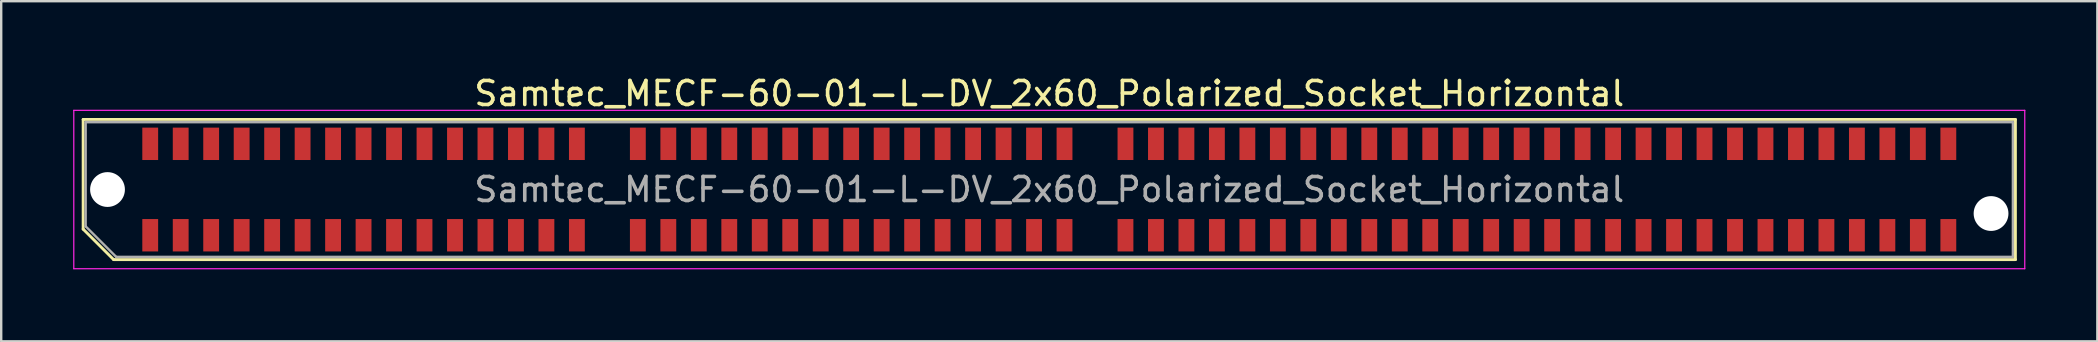
<source format=kicad_pcb>
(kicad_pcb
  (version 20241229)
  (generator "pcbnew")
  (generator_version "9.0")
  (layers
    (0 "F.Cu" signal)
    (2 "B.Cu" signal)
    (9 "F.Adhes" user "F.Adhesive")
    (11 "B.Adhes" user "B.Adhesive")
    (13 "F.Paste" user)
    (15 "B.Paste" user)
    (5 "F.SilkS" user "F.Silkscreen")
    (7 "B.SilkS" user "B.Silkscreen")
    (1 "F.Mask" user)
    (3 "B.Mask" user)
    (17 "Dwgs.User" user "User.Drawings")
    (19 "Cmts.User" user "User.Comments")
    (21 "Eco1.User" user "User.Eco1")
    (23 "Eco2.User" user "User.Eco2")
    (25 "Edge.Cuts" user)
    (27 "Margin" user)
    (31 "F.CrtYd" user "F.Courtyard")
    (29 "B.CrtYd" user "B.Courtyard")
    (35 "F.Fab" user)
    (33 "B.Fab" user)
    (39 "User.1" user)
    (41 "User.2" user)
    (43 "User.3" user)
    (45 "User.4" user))
  (footprint "Samtec_MECF-60-01-L-DV_2x60_Polarized_Socket_Horizontal"
    (layer "F.Cu")
    (at 40.675 4.848)
    (property "Reference" "Samtec_MECF-60-01-L-DV_2x60_Polarized_Socket_Horizontal" (at 0 -4 0) (layer "F.SilkS") (effects (font (size 1 1) (thickness 0.15))))
    (attr smd)
    (fp_line (start -40.26 -2.92) (end 40.26 -2.92) (stroke (width 0.12) (type solid)) (layer "F.SilkS"))
    (fp_line (start -40.26 1.65) (end -40.26 -2.92) (stroke (width 0.12) (type solid)) (layer "F.SilkS"))
    (fp_line (start -38.99 2.92) (end -40.26 1.65) (stroke (width 0.12) (type solid)) (layer "F.SilkS"))
    (fp_line (start -38.99 2.92) (end 40.26 2.92) (stroke (width 0.12) (type solid)) (layer "F.SilkS"))
    (fp_line (start 40.26 2.92) (end 40.26 -2.92) (stroke (width 0.12) (type solid)) (layer "F.SilkS"))
    (fp_line (start -40.65 -3.3) (end -40.65 3.3) (stroke (width 0.05) (type solid)) (layer "F.CrtYd"))
    (fp_line (start -40.65 3.3) (end 40.65 3.3) (stroke (width 0.05) (type solid)) (layer "F.CrtYd"))
    (fp_line (start 40.65 -3.3) (end -40.65 -3.3) (stroke (width 0.05) (type solid)) (layer "F.CrtYd"))
    (fp_line (start 40.65 3.3) (end 40.65 -3.3) (stroke (width 0.05) (type solid)) (layer "F.CrtYd"))
    (fp_line (start -40.155 -2.805) (end 40.155 -2.805) (stroke (width 0.1) (type solid)) (layer "F.Fab"))
    (fp_line (start -40.155 1.535) (end -40.155 -2.805) (stroke (width 0.1) (type solid)) (layer "F.Fab"))
    (fp_line (start -40.155 1.535) (end -38.885 2.805) (stroke (width 0.1) (type solid)) (layer "F.Fab"))
    (fp_line (start -38.885 2.805) (end 40.155 2.805) (stroke (width 0.1) (type solid)) (layer "F.Fab"))
    (fp_line (start 40.155 2.805) (end 40.155 -2.805) (stroke (width 0.1) (type solid)) (layer "F.Fab"))
    (fp_text user "${REFERENCE}" (at 0 0 0) (layer "F.Fab") (effects (font (size 1 1) (thickness 0.15))))
    (pad "" np_thru_hole circle (at -39.245 0) (size 1.45 1.45) (drill 1.45) (layers "*.Cu" "*.Mask"))
    (pad "" np_thru_hole circle (at 39.245 1) (size 1.45 1.45) (drill 1.45) (layers "*.Cu" "*.Mask"))
    (pad "1" smd rect (at -37.465 1.905) (size 0.66 1.35) (layers "F.Cu" "F.Mask" "F.Paste"))
    (pad "2" smd rect (at -37.465 -1.905) (size 0.66 1.35) (layers "F.Cu" "F.Mask" "F.Paste"))
    (pad "3" smd rect (at -36.195 1.905) (size 0.66 1.35) (layers "F.Cu" "F.Mask" "F.Paste"))
    (pad "4" smd rect (at -36.195 -1.905) (size 0.66 1.35) (layers "F.Cu" "F.Mask" "F.Paste"))
    (pad "5" smd rect (at -34.925 1.905) (size 0.66 1.35) (layers "F.Cu" "F.Mask" "F.Paste"))
    (pad "6" smd rect (at -34.925 -1.905) (size 0.66 1.35) (layers "F.Cu" "F.Mask" "F.Paste"))
    (pad "7" smd rect (at -33.655 1.905) (size 0.66 1.35) (layers "F.Cu" "F.Mask" "F.Paste"))
    (pad "8" smd rect (at -33.655 -1.905) (size 0.66 1.35) (layers "F.Cu" "F.Mask" "F.Paste"))
    (pad "9" smd rect (at -32.385 1.905) (size 0.66 1.35) (layers "F.Cu" "F.Mask" "F.Paste"))
    (pad "10" smd rect (at -32.385 -1.905) (size 0.66 1.35) (layers "F.Cu" "F.Mask" "F.Paste"))
    (pad "11" smd rect (at -31.115 1.905) (size 0.66 1.35) (layers "F.Cu" "F.Mask" "F.Paste"))
    (pad "12" smd rect (at -31.115 -1.905) (size 0.66 1.35) (layers "F.Cu" "F.Mask" "F.Paste"))
    (pad "13" smd rect (at -29.845 1.905) (size 0.66 1.35) (layers "F.Cu" "F.Mask" "F.Paste"))
    (pad "14" smd rect (at -29.845 -1.905) (size 0.66 1.35) (layers "F.Cu" "F.Mask" "F.Paste"))
    (pad "15" smd rect (at -28.575 1.905) (size 0.66 1.35) (layers "F.Cu" "F.Mask" "F.Paste"))
    (pad "16" smd rect (at -28.575 -1.905) (size 0.66 1.35) (layers "F.Cu" "F.Mask" "F.Paste"))
    (pad "17" smd rect (at -27.305 1.905) (size 0.66 1.35) (layers "F.Cu" "F.Mask" "F.Paste"))
    (pad "18" smd rect (at -27.305 -1.905) (size 0.66 1.35) (layers "F.Cu" "F.Mask" "F.Paste"))
    (pad "19" smd rect (at -26.035 1.905) (size 0.66 1.35) (layers "F.Cu" "F.Mask" "F.Paste"))
    (pad "20" smd rect (at -26.035 -1.905) (size 0.66 1.35) (layers "F.Cu" "F.Mask" "F.Paste"))
    (pad "21" smd rect (at -24.765 1.905) (size 0.66 1.35) (layers "F.Cu" "F.Mask" "F.Paste"))
    (pad "22" smd rect (at -24.765 -1.905) (size 0.66 1.35) (layers "F.Cu" "F.Mask" "F.Paste"))
    (pad "23" smd rect (at -23.495 1.905) (size 0.66 1.35) (layers "F.Cu" "F.Mask" "F.Paste"))
    (pad "24" smd rect (at -23.495 -1.905) (size 0.66 1.35) (layers "F.Cu" "F.Mask" "F.Paste"))
    (pad "25" smd rect (at -22.225 1.905) (size 0.66 1.35) (layers "F.Cu" "F.Mask" "F.Paste"))
    (pad "26" smd rect (at -22.225 -1.905) (size 0.66 1.35) (layers "F.Cu" "F.Mask" "F.Paste"))
    (pad "27" smd rect (at -20.955 1.905) (size 0.66 1.35) (layers "F.Cu" "F.Mask" "F.Paste"))
    (pad "28" smd rect (at -20.955 -1.905) (size 0.66 1.35) (layers "F.Cu" "F.Mask" "F.Paste"))
    (pad "29" smd rect (at -19.685 1.905) (size 0.66 1.35) (layers "F.Cu" "F.Mask" "F.Paste"))
    (pad "30" smd rect (at -19.685 -1.905) (size 0.66 1.35) (layers "F.Cu" "F.Mask" "F.Paste"))
    (pad "33" smd rect (at -17.145 1.905) (size 0.66 1.35) (layers "F.Cu" "F.Mask" "F.Paste"))
    (pad "34" smd rect (at -17.145 -1.905) (size 0.66 1.35) (layers "F.Cu" "F.Mask" "F.Paste"))
    (pad "35" smd rect (at -15.875 1.905) (size 0.66 1.35) (layers "F.Cu" "F.Mask" "F.Paste"))
    (pad "36" smd rect (at -15.875 -1.905) (size 0.66 1.35) (layers "F.Cu" "F.Mask" "F.Paste"))
    (pad "37" smd rect (at -14.605 1.905) (size 0.66 1.35) (layers "F.Cu" "F.Mask" "F.Paste"))
    (pad "38" smd rect (at -14.605 -1.905) (size 0.66 1.35) (layers "F.Cu" "F.Mask" "F.Paste"))
    (pad "39" smd rect (at -13.335 1.905) (size 0.66 1.35) (layers "F.Cu" "F.Mask" "F.Paste"))
    (pad "40" smd rect (at -13.335 -1.905) (size 0.66 1.35) (layers "F.Cu" "F.Mask" "F.Paste"))
    (pad "41" smd rect (at -12.065 1.905) (size 0.66 1.35) (layers "F.Cu" "F.Mask" "F.Paste"))
    (pad "42" smd rect (at -12.065 -1.905) (size 0.66 1.35) (layers "F.Cu" "F.Mask" "F.Paste"))
    (pad "43" smd rect (at -10.795 1.905) (size 0.66 1.35) (layers "F.Cu" "F.Mask" "F.Paste"))
    (pad "44" smd rect (at -10.795 -1.905) (size 0.66 1.35) (layers "F.Cu" "F.Mask" "F.Paste"))
    (pad "45" smd rect (at -9.525 1.905) (size 0.66 1.35) (layers "F.Cu" "F.Mask" "F.Paste"))
    (pad "46" smd rect (at -9.525 -1.905) (size 0.66 1.35) (layers "F.Cu" "F.Mask" "F.Paste"))
    (pad "47" smd rect (at -8.255 1.905) (size 0.66 1.35) (layers "F.Cu" "F.Mask" "F.Paste"))
    (pad "48" smd rect (at -8.255 -1.905) (size 0.66 1.35) (layers "F.Cu" "F.Mask" "F.Paste"))
    (pad "49" smd rect (at -6.985 1.905) (size 0.66 1.35) (layers "F.Cu" "F.Mask" "F.Paste"))
    (pad "50" smd rect (at -6.985 -1.905) (size 0.66 1.35) (layers "F.Cu" "F.Mask" "F.Paste"))
    (pad "51" smd rect (at -5.715 1.905) (size 0.66 1.35) (layers "F.Cu" "F.Mask" "F.Paste"))
    (pad "52" smd rect (at -5.715 -1.905) (size 0.66 1.35) (layers "F.Cu" "F.Mask" "F.Paste"))
    (pad "53" smd rect (at -4.445 1.905) (size 0.66 1.35) (layers "F.Cu" "F.Mask" "F.Paste"))
    (pad "54" smd rect (at -4.445 -1.905) (size 0.66 1.35) (layers "F.Cu" "F.Mask" "F.Paste"))
    (pad "55" smd rect (at -3.175 1.905) (size 0.66 1.35) (layers "F.Cu" "F.Mask" "F.Paste"))
    (pad "56" smd rect (at -3.175 -1.905) (size 0.66 1.35) (layers "F.Cu" "F.Mask" "F.Paste"))
    (pad "57" smd rect (at -1.905 1.905) (size 0.66 1.35) (layers "F.Cu" "F.Mask" "F.Paste"))
    (pad "58" smd rect (at -1.905 -1.905) (size 0.66 1.35) (layers "F.Cu" "F.Mask" "F.Paste"))
    (pad "59" smd rect (at -0.635 1.905) (size 0.66 1.35) (layers "F.Cu" "F.Mask" "F.Paste"))
    (pad "60" smd rect (at -0.635 -1.905) (size 0.66 1.35) (layers "F.Cu" "F.Mask" "F.Paste"))
    (pad "61" smd rect (at 0.635 1.905) (size 0.66 1.35) (layers "F.Cu" "F.Mask" "F.Paste"))
    (pad "62" smd rect (at 0.635 -1.905) (size 0.66 1.35) (layers "F.Cu" "F.Mask" "F.Paste"))
    (pad "65" smd rect (at 3.175 1.905) (size 0.66 1.35) (layers "F.Cu" "F.Mask" "F.Paste"))
    (pad "66" smd rect (at 3.175 -1.905) (size 0.66 1.35) (layers "F.Cu" "F.Mask" "F.Paste"))
    (pad "67" smd rect (at 4.445 1.905) (size 0.66 1.35) (layers "F.Cu" "F.Mask" "F.Paste"))
    (pad "68" smd rect (at 4.445 -1.905) (size 0.66 1.35) (layers "F.Cu" "F.Mask" "F.Paste"))
    (pad "69" smd rect (at 5.715 1.905) (size 0.66 1.35) (layers "F.Cu" "F.Mask" "F.Paste"))
    (pad "70" smd rect (at 5.715 -1.905) (size 0.66 1.35) (layers "F.Cu" "F.Mask" "F.Paste"))
    (pad "71" smd rect (at 6.985 1.905) (size 0.66 1.35) (layers "F.Cu" "F.Mask" "F.Paste"))
    (pad "72" smd rect (at 6.985 -1.905) (size 0.66 1.35) (layers "F.Cu" "F.Mask" "F.Paste"))
    (pad "73" smd rect (at 8.255 1.905) (size 0.66 1.35) (layers "F.Cu" "F.Mask" "F.Paste"))
    (pad "74" smd rect (at 8.255 -1.905) (size 0.66 1.35) (layers "F.Cu" "F.Mask" "F.Paste"))
    (pad "75" smd rect (at 9.525 1.905) (size 0.66 1.35) (layers "F.Cu" "F.Mask" "F.Paste"))
    (pad "76" smd rect (at 9.525 -1.905) (size 0.66 1.35) (layers "F.Cu" "F.Mask" "F.Paste"))
    (pad "77" smd rect (at 10.795 1.905) (size 0.66 1.35) (layers "F.Cu" "F.Mask" "F.Paste"))
    (pad "78" smd rect (at 10.795 -1.905) (size 0.66 1.35) (layers "F.Cu" "F.Mask" "F.Paste"))
    (pad "79" smd rect (at 12.065 1.905) (size 0.66 1.35) (layers "F.Cu" "F.Mask" "F.Paste"))
    (pad "80" smd rect (at 12.065 -1.905) (size 0.66 1.35) (layers "F.Cu" "F.Mask" "F.Paste"))
    (pad "81" smd rect (at 13.335 1.905) (size 0.66 1.35) (layers "F.Cu" "F.Mask" "F.Paste"))
    (pad "82" smd rect (at 13.335 -1.905) (size 0.66 1.35) (layers "F.Cu" "F.Mask" "F.Paste"))
    (pad "83" smd rect (at 14.605 1.905) (size 0.66 1.35) (layers "F.Cu" "F.Mask" "F.Paste"))
    (pad "84" smd rect (at 14.605 -1.905) (size 0.66 1.35) (layers "F.Cu" "F.Mask" "F.Paste"))
    (pad "85" smd rect (at 15.875 1.905) (size 0.66 1.35) (layers "F.Cu" "F.Mask" "F.Paste"))
    (pad "86" smd rect (at 15.875 -1.905) (size 0.66 1.35) (layers "F.Cu" "F.Mask" "F.Paste"))
    (pad "87" smd rect (at 17.145 1.905) (size 0.66 1.35) (layers "F.Cu" "F.Mask" "F.Paste"))
    (pad "88" smd rect (at 17.145 -1.905) (size 0.66 1.35) (layers "F.Cu" "F.Mask" "F.Paste"))
    (pad "89" smd rect (at 18.415 1.905) (size 0.66 1.35) (layers "F.Cu" "F.Mask" "F.Paste"))
    (pad "90" smd rect (at 18.415 -1.905) (size 0.66 1.35) (layers "F.Cu" "F.Mask" "F.Paste"))
    (pad "91" smd rect (at 19.685 1.905) (size 0.66 1.35) (layers "F.Cu" "F.Mask" "F.Paste"))
    (pad "92" smd rect (at 19.685 -1.905) (size 0.66 1.35) (layers "F.Cu" "F.Mask" "F.Paste"))
    (pad "93" smd rect (at 20.955 1.905) (size 0.66 1.35) (layers "F.Cu" "F.Mask" "F.Paste"))
    (pad "94" smd rect (at 20.955 -1.905) (size 0.66 1.35) (layers "F.Cu" "F.Mask" "F.Paste"))
    (pad "95" smd rect (at 22.225 1.905) (size 0.66 1.35) (layers "F.Cu" "F.Mask" "F.Paste"))
    (pad "96" smd rect (at 22.225 -1.905) (size 0.66 1.35) (layers "F.Cu" "F.Mask" "F.Paste"))
    (pad "97" smd rect (at 23.495 1.905) (size 0.66 1.35) (layers "F.Cu" "F.Mask" "F.Paste"))
    (pad "98" smd rect (at 23.495 -1.905) (size 0.66 1.35) (layers "F.Cu" "F.Mask" "F.Paste"))
    (pad "99" smd rect (at 24.765 1.905) (size 0.66 1.35) (layers "F.Cu" "F.Mask" "F.Paste"))
    (pad "100" smd rect (at 24.765 -1.905) (size 0.66 1.35) (layers "F.Cu" "F.Mask" "F.Paste"))
    (pad "101" smd rect (at 26.035 1.905) (size 0.66 1.35) (layers "F.Cu" "F.Mask" "F.Paste"))
    (pad "102" smd rect (at 26.035 -1.905) (size 0.66 1.35) (layers "F.Cu" "F.Mask" "F.Paste"))
    (pad "103" smd rect (at 27.305 1.905) (size 0.66 1.35) (layers "F.Cu" "F.Mask" "F.Paste"))
    (pad "104" smd rect (at 27.305 -1.905) (size 0.66 1.35) (layers "F.Cu" "F.Mask" "F.Paste"))
    (pad "105" smd rect (at 28.575 1.905) (size 0.66 1.35) (layers "F.Cu" "F.Mask" "F.Paste"))
    (pad "106" smd rect (at 28.575 -1.905) (size 0.66 1.35) (layers "F.Cu" "F.Mask" "F.Paste"))
    (pad "107" smd rect (at 29.845 1.905) (size 0.66 1.35) (layers "F.Cu" "F.Mask" "F.Paste"))
    (pad "108" smd rect (at 29.845 -1.905) (size 0.66 1.35) (layers "F.Cu" "F.Mask" "F.Paste"))
    (pad "109" smd rect (at 31.115 1.905) (size 0.66 1.35) (layers "F.Cu" "F.Mask" "F.Paste"))
    (pad "110" smd rect (at 31.115 -1.905) (size 0.66 1.35) (layers "F.Cu" "F.Mask" "F.Paste"))
    (pad "111" smd rect (at 32.385 1.905) (size 0.66 1.35) (layers "F.Cu" "F.Mask" "F.Paste"))
    (pad "112" smd rect (at 32.385 -1.905) (size 0.66 1.35) (layers "F.Cu" "F.Mask" "F.Paste"))
    (pad "113" smd rect (at 33.655 1.905) (size 0.66 1.35) (layers "F.Cu" "F.Mask" "F.Paste"))
    (pad "114" smd rect (at 33.655 -1.905) (size 0.66 1.35) (layers "F.Cu" "F.Mask" "F.Paste"))
    (pad "115" smd rect (at 34.925 1.905) (size 0.66 1.35) (layers "F.Cu" "F.Mask" "F.Paste"))
    (pad "116" smd rect (at 34.925 -1.905) (size 0.66 1.35) (layers "F.Cu" "F.Mask" "F.Paste"))
    (pad "117" smd rect (at 36.195 1.905) (size 0.66 1.35) (layers "F.Cu" "F.Mask" "F.Paste"))
    (pad "118" smd rect (at 36.195 -1.905) (size 0.66 1.35) (layers "F.Cu" "F.Mask" "F.Paste"))
    (pad "119" smd rect (at 37.465 1.905) (size 0.66 1.35) (layers "F.Cu" "F.Mask" "F.Paste"))
    (pad "120" smd rect (at 37.465 -1.905) (size 0.66 1.35) (layers "F.Cu" "F.Mask" "F.Paste")))
  (gr_rect
    (start -3 -3)
    (end 84.35 11.173)
    (stroke (width 0.1) (type default))
    (fill no)
    (layer "Edge.Cuts")))
</source>
